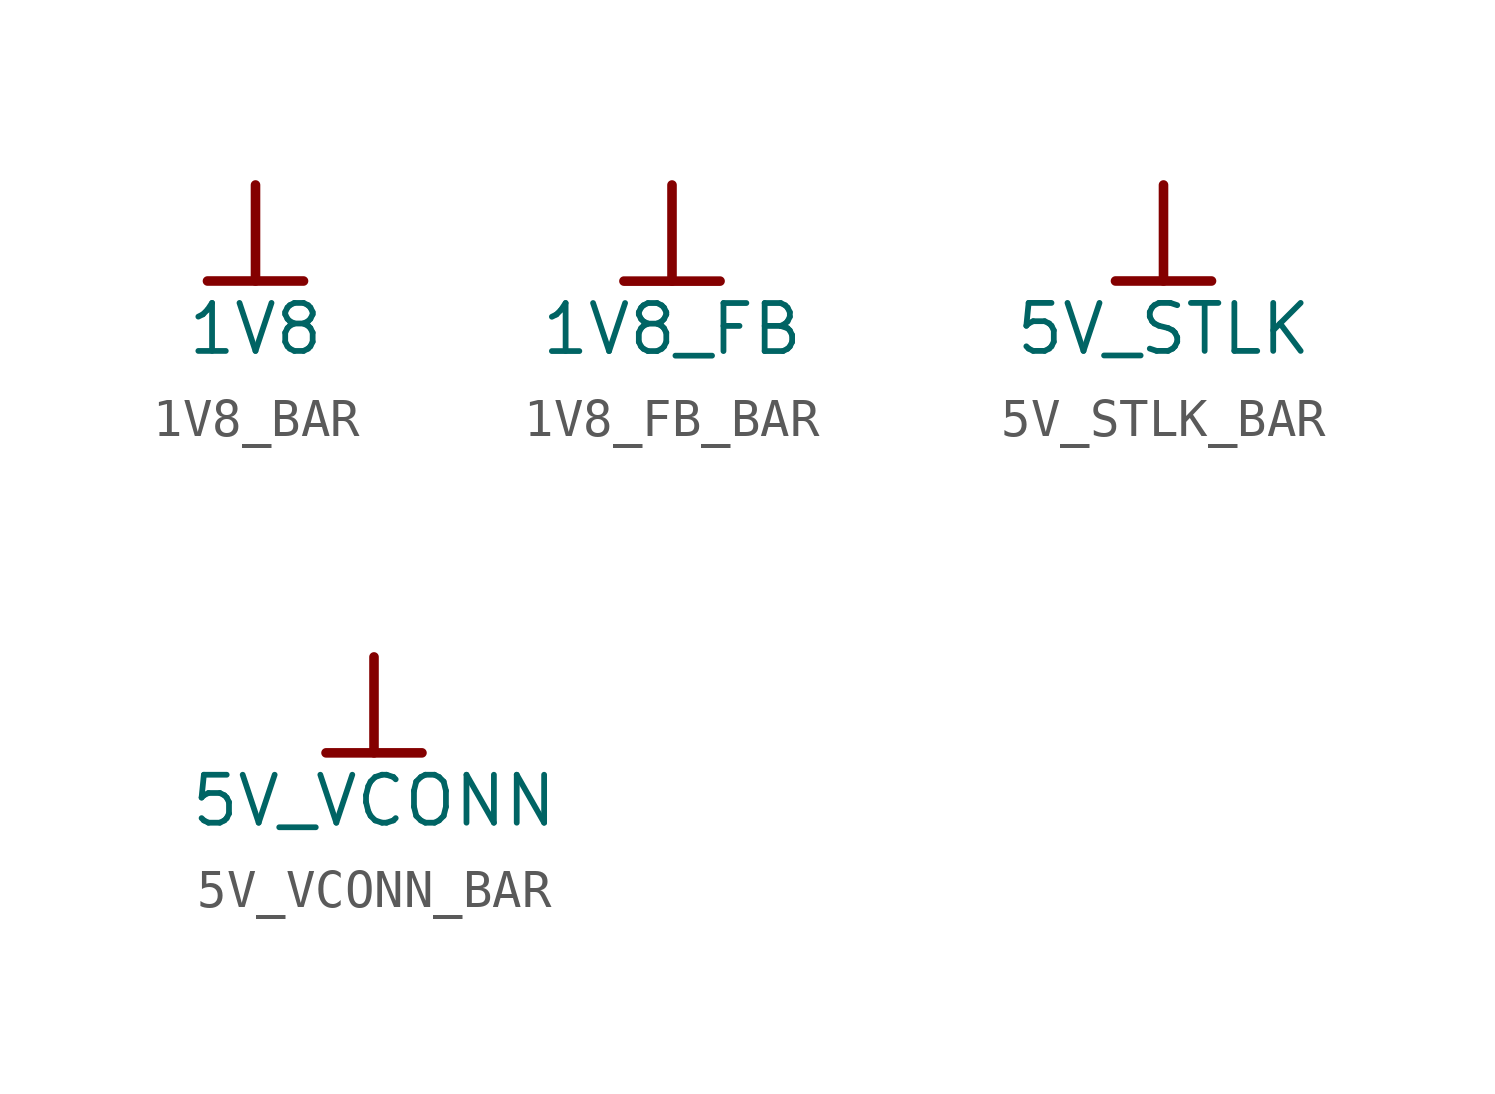
<source format=kicad_sym>
(kicad_symbol_lib
  (version 20241209)
  (generator "kicad_symbol_editor")
  (generator_version "9.0")
  (symbol "1V8_BAR"
    (power)
    (property "Reference" "#PWR"
      (at 0 0 0)
      (effects (font (size 1.27 1.27)) (hide yes)))
    (property "Value" "1V8"
      (at 0 -3.81 0)
      (effects (font (size 1.27 1.27))))
    (symbol "1V8_BAR_0_0"
      (polyline (pts (xy -1.27 -2.54) (xy 1.27 -2.54)) (stroke (width 0.254) (type solid)) (fill (type none)))
      (polyline (pts (xy 0 0) (xy 0 -2.54)) (stroke (width 0.254) (type solid)) (fill (type none)))
      (pin power_in line (at 0 0 0) (length 0) (hide yes) (name "1V8" (effects (font (size 1.27 1.27)))) (number "" (effects (font (size 1.27 1.27)))))))
  (symbol "1V8_FB_BAR"
    (power)
    (property "Reference" "#PWR"
      (at 0 0 0)
      (effects (font (size 1.27 1.27)) (hide yes)))
    (property "Value" "1V8_FB"
      (at 0 -3.81 0)
      (effects (font (size 1.27 1.27))))
    (symbol "1V8_FB_BAR_0_0"
      (polyline (pts (xy -1.27 -2.54) (xy 1.27 -2.54)) (stroke (width 0.254) (type solid)) (fill (type none)))
      (polyline (pts (xy 0 0) (xy 0 -2.54)) (stroke (width 0.254) (type solid)) (fill (type none)))
      (pin power_in line (at 0 0 0) (length 0) (hide yes) (name "1V8_FB" (effects (font (size 1.27 1.27)))) (number "" (effects (font (size 1.27 1.27)))))))
  (symbol "5V_STLK_BAR"
    (power)
    (property "Reference" "#PWR"
      (at 0 0 0)
      (effects (font (size 1.27 1.27)) (hide yes)))
    (property "Value" "5V_STLK"
      (at 0 -3.81 0)
      (effects (font (size 1.27 1.27))))
    (symbol "5V_STLK_BAR_0_0"
      (polyline (pts (xy -1.27 -2.54) (xy 1.27 -2.54)) (stroke (width 0.254) (type solid)) (fill (type none)))
      (polyline (pts (xy 0 0) (xy 0 -2.54)) (stroke (width 0.254) (type solid)) (fill (type none)))
      (pin power_in line (at 0 0 0) (length 0) (hide yes) (name "5V_STLK" (effects (font (size 1.27 1.27)))) (number "" (effects (font (size 1.27 1.27)))))))
  (symbol "5V_VCONN_BAR"
    (power)
    (property "Reference" "#PWR"
      (at 0 0 0)
      (effects (font (size 1.27 1.27)) (hide yes)))
    (property "Value" "5V_VCONN"
      (at 0 -3.81 0)
      (effects (font (size 1.27 1.27))))
    (symbol "5V_VCONN_BAR_0_0"
      (polyline (pts (xy -1.27 -2.54) (xy 1.27 -2.54)) (stroke (width 0.254) (type solid)) (fill (type none)))
      (polyline (pts (xy 0 0) (xy 0 -2.54)) (stroke (width 0.254) (type solid)) (fill (type none)))
      (pin power_in line (at 0 0 0) (length 0) (hide yes) (name "5V_VCONN" (effects (font (size 1.27 1.27)))) (number "" (effects (font (size 1.27 1.27))))))))
</source>
